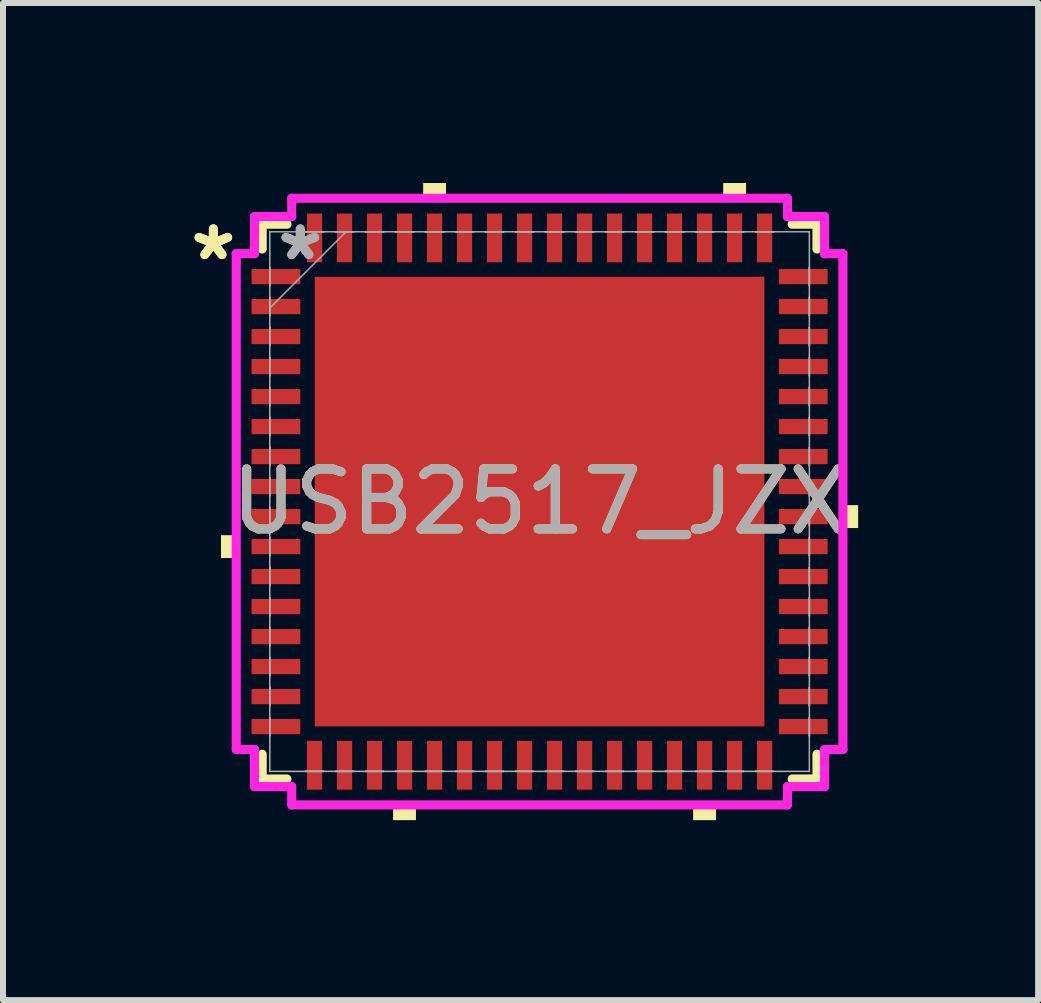
<source format=kicad_pcb>
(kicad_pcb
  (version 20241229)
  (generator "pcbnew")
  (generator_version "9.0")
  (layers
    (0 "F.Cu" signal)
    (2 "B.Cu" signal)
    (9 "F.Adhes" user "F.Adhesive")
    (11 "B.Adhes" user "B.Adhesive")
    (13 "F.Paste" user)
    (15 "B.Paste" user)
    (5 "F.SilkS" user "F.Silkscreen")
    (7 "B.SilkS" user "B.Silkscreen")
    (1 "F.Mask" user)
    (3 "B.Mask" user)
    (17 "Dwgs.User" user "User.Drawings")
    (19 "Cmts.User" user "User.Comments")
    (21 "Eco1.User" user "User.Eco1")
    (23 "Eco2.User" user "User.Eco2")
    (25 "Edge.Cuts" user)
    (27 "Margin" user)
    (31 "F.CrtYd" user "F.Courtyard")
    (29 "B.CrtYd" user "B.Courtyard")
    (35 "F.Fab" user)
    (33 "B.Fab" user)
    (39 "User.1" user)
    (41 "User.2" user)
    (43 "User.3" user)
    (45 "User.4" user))
  (footprint "USB2517_JZX"
    (layer "F.Cu")
    (at 5.942 5.309)
    (property "Reference" "USB2517_JZX" (at 0 0 0) (unlocked yes) (layer "F.SilkS") (effects (font (size 1 1) (thickness 0.15))))
    (attr smd)
    (fp_line (start -4.623 -4.623) (end -4.623 -4.21) (stroke (width 0.152) (type solid)) (layer "F.SilkS"))
    (fp_line (start -4.623 4.21) (end -4.623 4.623) (stroke (width 0.152) (type solid)) (layer "F.SilkS"))
    (fp_line (start -4.623 4.623) (end -4.21 4.623) (stroke (width 0.152) (type solid)) (layer "F.SilkS"))
    (fp_line (start -4.21 -4.623) (end -4.623 -4.623) (stroke (width 0.152) (type solid)) (layer "F.SilkS"))
    (fp_line (start 4.21 4.623) (end 4.623 4.623) (stroke (width 0.152) (type solid)) (layer "F.SilkS"))
    (fp_line (start 4.623 -4.623) (end 4.21 -4.623) (stroke (width 0.152) (type solid)) (layer "F.SilkS"))
    (fp_line (start 4.623 -4.21) (end 4.623 -4.623) (stroke (width 0.152) (type solid)) (layer "F.SilkS"))
    (fp_line (start 4.623 4.623) (end 4.623 4.21) (stroke (width 0.152) (type solid)) (layer "F.SilkS"))
    (fp_poly (pts (xy -5.309 0.56) (xy -5.309 0.941) (xy -5.055 0.941) (xy -5.055 0.56)) (stroke (width 0) (type solid)) (fill yes) (layer "F.SilkS"))
    (fp_poly (pts (xy -2.441 5.055) (xy -2.441 5.309) (xy -2.06 5.309) (xy -2.06 5.055)) (stroke (width 0) (type solid)) (fill yes) (layer "F.SilkS"))
    (fp_poly (pts (xy -1.94 -5.055) (xy -1.94 -5.309) (xy -1.559 -5.309) (xy -1.559 -5.055)) (stroke (width 0) (type solid)) (fill yes) (layer "F.SilkS"))
    (fp_poly (pts (xy 2.559 5.055) (xy 2.559 5.309) (xy 2.941 5.309) (xy 2.941 5.055)) (stroke (width 0) (type solid)) (fill yes) (layer "F.SilkS"))
    (fp_poly (pts (xy 3.06 -5.055) (xy 3.06 -5.309) (xy 3.441 -5.309) (xy 3.441 -5.055)) (stroke (width 0) (type solid)) (fill yes) (layer "F.SilkS"))
    (fp_poly (pts (xy 5.309 0.059) (xy 5.309 0.441) (xy 5.055 0.441) (xy 5.055 0.059)) (stroke (width 0) (type solid)) (fill yes) (layer "F.SilkS"))
    (fp_poly (pts (xy -3.647 -3.647) (xy -3.647 -2.348) (xy -2.348 -2.348) (xy -2.348 -3.647)) (stroke (width 0) (type solid)) (fill yes) (layer "F.Paste"))
    (fp_poly (pts (xy -3.647 -2.148) (xy -3.647 -0.849) (xy -2.348 -0.849) (xy -2.348 -2.148)) (stroke (width 0) (type solid)) (fill yes) (layer "F.Paste"))
    (fp_poly (pts (xy -3.647 -0.649) (xy -3.647 0.649) (xy -2.348 0.649) (xy -2.348 -0.649)) (stroke (width 0) (type solid)) (fill yes) (layer "F.Paste"))
    (fp_poly (pts (xy -3.647 0.849) (xy -3.647 2.148) (xy -2.348 2.148) (xy -2.348 0.849)) (stroke (width 0) (type solid)) (fill yes) (layer "F.Paste"))
    (fp_poly (pts (xy -3.647 2.348) (xy -3.647 3.647) (xy -2.348 3.647) (xy -2.348 2.348)) (stroke (width 0) (type solid)) (fill yes) (layer "F.Paste"))
    (fp_poly (pts (xy -2.148 -3.647) (xy -2.148 -2.348) (xy -0.849 -2.348) (xy -0.849 -3.647)) (stroke (width 0) (type solid)) (fill yes) (layer "F.Paste"))
    (fp_poly (pts (xy -2.148 -2.148) (xy -2.148 -0.849) (xy -0.849 -0.849) (xy -0.849 -2.148)) (stroke (width 0) (type solid)) (fill yes) (layer "F.Paste"))
    (fp_poly (pts (xy -2.148 -0.649) (xy -2.148 0.649) (xy -0.849 0.649) (xy -0.849 -0.649)) (stroke (width 0) (type solid)) (fill yes) (layer "F.Paste"))
    (fp_poly (pts (xy -2.148 0.849) (xy -2.148 2.148) (xy -0.849 2.148) (xy -0.849 0.849)) (stroke (width 0) (type solid)) (fill yes) (layer "F.Paste"))
    (fp_poly (pts (xy -2.148 2.348) (xy -2.148 3.647) (xy -0.849 3.647) (xy -0.849 2.348)) (stroke (width 0) (type solid)) (fill yes) (layer "F.Paste"))
    (fp_poly (pts (xy -0.649 -3.647) (xy -0.649 -2.348) (xy 0.649 -2.348) (xy 0.649 -3.647)) (stroke (width 0) (type solid)) (fill yes) (layer "F.Paste"))
    (fp_poly (pts (xy -0.649 -2.148) (xy -0.649 -0.849) (xy 0.649 -0.849) (xy 0.649 -2.148)) (stroke (width 0) (type solid)) (fill yes) (layer "F.Paste"))
    (fp_poly (pts (xy -0.649 -0.649) (xy -0.649 0.649) (xy 0.649 0.649) (xy 0.649 -0.649)) (stroke (width 0) (type solid)) (fill yes) (layer "F.Paste"))
    (fp_poly (pts (xy -0.649 0.849) (xy -0.649 2.148) (xy 0.649 2.148) (xy 0.649 0.849)) (stroke (width 0) (type solid)) (fill yes) (layer "F.Paste"))
    (fp_poly (pts (xy -0.649 2.348) (xy -0.649 3.647) (xy 0.649 3.647) (xy 0.649 2.348)) (stroke (width 0) (type solid)) (fill yes) (layer "F.Paste"))
    (fp_poly (pts (xy 0.849 -3.647) (xy 0.849 -2.348) (xy 2.148 -2.348) (xy 2.148 -3.647)) (stroke (width 0) (type solid)) (fill yes) (layer "F.Paste"))
    (fp_poly (pts (xy 0.849 -2.148) (xy 0.849 -0.849) (xy 2.148 -0.849) (xy 2.148 -2.148)) (stroke (width 0) (type solid)) (fill yes) (layer "F.Paste"))
    (fp_poly (pts (xy 0.849 -0.649) (xy 0.849 0.649) (xy 2.148 0.649) (xy 2.148 -0.649)) (stroke (width 0) (type solid)) (fill yes) (layer "F.Paste"))
    (fp_poly (pts (xy 0.849 0.849) (xy 0.849 2.148) (xy 2.148 2.148) (xy 2.148 0.849)) (stroke (width 0) (type solid)) (fill yes) (layer "F.Paste"))
    (fp_poly (pts (xy 0.849 2.348) (xy 0.849 3.647) (xy 2.148 3.647) (xy 2.148 2.348)) (stroke (width 0) (type solid)) (fill yes) (layer "F.Paste"))
    (fp_poly (pts (xy 2.348 -3.647) (xy 2.348 -2.348) (xy 3.647 -2.348) (xy 3.647 -3.647)) (stroke (width 0) (type solid)) (fill yes) (layer "F.Paste"))
    (fp_poly (pts (xy 2.348 -2.148) (xy 2.348 -0.849) (xy 3.647 -0.849) (xy 3.647 -2.148)) (stroke (width 0) (type solid)) (fill yes) (layer "F.Paste"))
    (fp_poly (pts (xy 2.348 -0.649) (xy 2.348 0.649) (xy 3.647 0.649) (xy 3.647 -0.649)) (stroke (width 0) (type solid)) (fill yes) (layer "F.Paste"))
    (fp_poly (pts (xy 2.348 0.849) (xy 2.348 2.148) (xy 3.647 2.148) (xy 3.647 0.849)) (stroke (width 0) (type solid)) (fill yes) (layer "F.Paste"))
    (fp_poly (pts (xy 2.348 2.348) (xy 2.348 3.647) (xy 3.647 3.647) (xy 3.647 2.348)) (stroke (width 0) (type solid)) (fill yes) (layer "F.Paste"))
    (fp_line (start -5.055 -4.131) (end -4.75 -4.131) (stroke (width 0.152) (type solid)) (layer "F.CrtYd"))
    (fp_line (start -5.055 4.131) (end -5.055 -4.131) (stroke (width 0.152) (type solid)) (layer "F.CrtYd"))
    (fp_line (start -4.75 -4.75) (end -4.131 -4.75) (stroke (width 0.152) (type solid)) (layer "F.CrtYd"))
    (fp_line (start -4.75 -4.131) (end -4.75 -4.75) (stroke (width 0.152) (type solid)) (layer "F.CrtYd"))
    (fp_line (start -4.75 4.131) (end -5.055 4.131) (stroke (width 0.152) (type solid)) (layer "F.CrtYd"))
    (fp_line (start -4.75 4.75) (end -4.75 4.131) (stroke (width 0.152) (type solid)) (layer "F.CrtYd"))
    (fp_line (start -4.131 -5.055) (end 4.131 -5.055) (stroke (width 0.152) (type solid)) (layer "F.CrtYd"))
    (fp_line (start -4.131 -4.75) (end -4.131 -5.055) (stroke (width 0.152) (type solid)) (layer "F.CrtYd"))
    (fp_line (start -4.131 4.75) (end -4.75 4.75) (stroke (width 0.152) (type solid)) (layer "F.CrtYd"))
    (fp_line (start -4.131 5.055) (end -4.131 4.75) (stroke (width 0.152) (type solid)) (layer "F.CrtYd"))
    (fp_line (start 4.131 -5.055) (end 4.131 -4.75) (stroke (width 0.152) (type solid)) (layer "F.CrtYd"))
    (fp_line (start 4.131 -4.75) (end 4.75 -4.75) (stroke (width 0.152) (type solid)) (layer "F.CrtYd"))
    (fp_line (start 4.131 4.75) (end 4.131 5.055) (stroke (width 0.152) (type solid)) (layer "F.CrtYd"))
    (fp_line (start 4.131 5.055) (end -4.131 5.055) (stroke (width 0.152) (type solid)) (layer "F.CrtYd"))
    (fp_line (start 4.75 -4.75) (end 4.75 -4.131) (stroke (width 0.152) (type solid)) (layer "F.CrtYd"))
    (fp_line (start 4.75 -4.131) (end 5.055 -4.131) (stroke (width 0.152) (type solid)) (layer "F.CrtYd"))
    (fp_line (start 4.75 4.131) (end 4.75 4.75) (stroke (width 0.152) (type solid)) (layer "F.CrtYd"))
    (fp_line (start 4.75 4.75) (end 4.131 4.75) (stroke (width 0.152) (type solid)) (layer "F.CrtYd"))
    (fp_line (start 5.055 -4.131) (end 5.055 4.131) (stroke (width 0.152) (type solid)) (layer "F.CrtYd"))
    (fp_line (start 5.055 4.131) (end 4.75 4.131) (stroke (width 0.152) (type solid)) (layer "F.CrtYd"))
    (fp_line (start -4.496 -4.496) (end -4.496 -4.496) (stroke (width 0.025) (type solid)) (layer "F.Fab"))
    (fp_line (start -4.496 -4.496) (end -4.496 4.496) (stroke (width 0.025) (type solid)) (layer "F.Fab"))
    (fp_line (start -4.496 -3.902) (end -4.496 -3.902) (stroke (width 0.025) (type solid)) (layer "F.Fab"))
    (fp_line (start -4.496 -3.902) (end -4.496 -3.598) (stroke (width 0.025) (type solid)) (layer "F.Fab"))
    (fp_line (start -4.496 -3.598) (end -4.496 -3.902) (stroke (width 0.025) (type solid)) (layer "F.Fab"))
    (fp_line (start -4.496 -3.598) (end -4.496 -3.598) (stroke (width 0.025) (type solid)) (layer "F.Fab"))
    (fp_line (start -4.496 -3.402) (end -4.496 -3.402) (stroke (width 0.025) (type solid)) (layer "F.Fab"))
    (fp_line (start -4.496 -3.402) (end -4.496 -3.098) (stroke (width 0.025) (type solid)) (layer "F.Fab"))
    (fp_line (start -4.496 -3.226) (end -3.226 -4.496) (stroke (width 0.025) (type solid)) (layer "F.Fab"))
    (fp_line (start -4.496 -3.098) (end -4.496 -3.402) (stroke (width 0.025) (type solid)) (layer "F.Fab"))
    (fp_line (start -4.496 -3.098) (end -4.496 -3.098) (stroke (width 0.025) (type solid)) (layer "F.Fab"))
    (fp_line (start -4.496 -2.902) (end -4.496 -2.902) (stroke (width 0.025) (type solid)) (layer "F.Fab"))
    (fp_line (start -4.496 -2.902) (end -4.496 -2.598) (stroke (width 0.025) (type solid)) (layer "F.Fab"))
    (fp_line (start -4.496 -2.598) (end -4.496 -2.902) (stroke (width 0.025) (type solid)) (layer "F.Fab"))
    (fp_line (start -4.496 -2.598) (end -4.496 -2.598) (stroke (width 0.025) (type solid)) (layer "F.Fab"))
    (fp_line (start -4.496 -2.402) (end -4.496 -2.402) (stroke (width 0.025) (type solid)) (layer "F.Fab"))
    (fp_line (start -4.496 -2.402) (end -4.496 -2.098) (stroke (width 0.025) (type solid)) (layer "F.Fab"))
    (fp_line (start -4.496 -2.098) (end -4.496 -2.402) (stroke (width 0.025) (type solid)) (layer "F.Fab"))
    (fp_line (start -4.496 -2.098) (end -4.496 -2.098) (stroke (width 0.025) (type solid)) (layer "F.Fab"))
    (fp_line (start -4.496 -1.902) (end -4.496 -1.902) (stroke (width 0.025) (type solid)) (layer "F.Fab"))
    (fp_line (start -4.496 -1.902) (end -4.496 -1.598) (stroke (width 0.025) (type solid)) (layer "F.Fab"))
    (fp_line (start -4.496 -1.598) (end -4.496 -1.902) (stroke (width 0.025) (type solid)) (layer "F.Fab"))
    (fp_line (start -4.496 -1.598) (end -4.496 -1.598) (stroke (width 0.025) (type solid)) (layer "F.Fab"))
    (fp_line (start -4.496 -1.402) (end -4.496 -1.402) (stroke (width 0.025) (type solid)) (layer "F.Fab"))
    (fp_line (start -4.496 -1.402) (end -4.496 -1.098) (stroke (width 0.025) (type solid)) (layer "F.Fab"))
    (fp_line (start -4.496 -1.098) (end -4.496 -1.402) (stroke (width 0.025) (type solid)) (layer "F.Fab"))
    (fp_line (start -4.496 -1.098) (end -4.496 -1.098) (stroke (width 0.025) (type solid)) (layer "F.Fab"))
    (fp_line (start -4.496 -0.902) (end -4.496 -0.902) (stroke (width 0.025) (type solid)) (layer "F.Fab"))
    (fp_line (start -4.496 -0.902) (end -4.496 -0.598) (stroke (width 0.025) (type solid)) (layer "F.Fab"))
    (fp_line (start -4.496 -0.598) (end -4.496 -0.902) (stroke (width 0.025) (type solid)) (layer "F.Fab"))
    (fp_line (start -4.496 -0.598) (end -4.496 -0.598) (stroke (width 0.025) (type solid)) (layer "F.Fab"))
    (fp_line (start -4.496 -0.402) (end -4.496 -0.402) (stroke (width 0.025) (type solid)) (layer "F.Fab"))
    (fp_line (start -4.496 -0.402) (end -4.496 -0.098) (stroke (width 0.025) (type solid)) (layer "F.Fab"))
    (fp_line (start -4.496 -0.098) (end -4.496 -0.402) (stroke (width 0.025) (type solid)) (layer "F.Fab"))
    (fp_line (start -4.496 -0.098) (end -4.496 -0.098) (stroke (width 0.025) (type solid)) (layer "F.Fab"))
    (fp_line (start -4.496 0.098) (end -4.496 0.098) (stroke (width 0.025) (type solid)) (layer "F.Fab"))
    (fp_line (start -4.496 0.098) (end -4.496 0.402) (stroke (width 0.025) (type solid)) (layer "F.Fab"))
    (fp_line (start -4.496 0.402) (end -4.496 0.098) (stroke (width 0.025) (type solid)) (layer "F.Fab"))
    (fp_line (start -4.496 0.402) (end -4.496 0.402) (stroke (width 0.025) (type solid)) (layer "F.Fab"))
    (fp_line (start -4.496 0.598) (end -4.496 0.598) (stroke (width 0.025) (type solid)) (layer "F.Fab"))
    (fp_line (start -4.496 0.598) (end -4.496 0.902) (stroke (width 0.025) (type solid)) (layer "F.Fab"))
    (fp_line (start -4.496 0.902) (end -4.496 0.598) (stroke (width 0.025) (type solid)) (layer "F.Fab"))
    (fp_line (start -4.496 0.902) (end -4.496 0.902) (stroke (width 0.025) (type solid)) (layer "F.Fab"))
    (fp_line (start -4.496 1.098) (end -4.496 1.098) (stroke (width 0.025) (type solid)) (layer "F.Fab"))
    (fp_line (start -4.496 1.098) (end -4.496 1.402) (stroke (width 0.025) (type solid)) (layer "F.Fab"))
    (fp_line (start -4.496 1.402) (end -4.496 1.098) (stroke (width 0.025) (type solid)) (layer "F.Fab"))
    (fp_line (start -4.496 1.402) (end -4.496 1.402) (stroke (width 0.025) (type solid)) (layer "F.Fab"))
    (fp_line (start -4.496 1.598) (end -4.496 1.598) (stroke (width 0.025) (type solid)) (layer "F.Fab"))
    (fp_line (start -4.496 1.598) (end -4.496 1.902) (stroke (width 0.025) (type solid)) (layer "F.Fab"))
    (fp_line (start -4.496 1.902) (end -4.496 1.598) (stroke (width 0.025) (type solid)) (layer "F.Fab"))
    (fp_line (start -4.496 1.902) (end -4.496 1.902) (stroke (width 0.025) (type solid)) (layer "F.Fab"))
    (fp_line (start -4.496 2.098) (end -4.496 2.098) (stroke (width 0.025) (type solid)) (layer "F.Fab"))
    (fp_line (start -4.496 2.098) (end -4.496 2.402) (stroke (width 0.025) (type solid)) (layer "F.Fab"))
    (fp_line (start -4.496 2.402) (end -4.496 2.098) (stroke (width 0.025) (type solid)) (layer "F.Fab"))
    (fp_line (start -4.496 2.402) (end -4.496 2.402) (stroke (width 0.025) (type solid)) (layer "F.Fab"))
    (fp_line (start -4.496 2.598) (end -4.496 2.598) (stroke (width 0.025) (type solid)) (layer "F.Fab"))
    (fp_line (start -4.496 2.598) (end -4.496 2.902) (stroke (width 0.025) (type solid)) (layer "F.Fab"))
    (fp_line (start -4.496 2.902) (end -4.496 2.598) (stroke (width 0.025) (type solid)) (layer "F.Fab"))
    (fp_line (start -4.496 2.902) (end -4.496 2.902) (stroke (width 0.025) (type solid)) (layer "F.Fab"))
    (fp_line (start -4.496 3.098) (end -4.496 3.098) (stroke (width 0.025) (type solid)) (layer "F.Fab"))
    (fp_line (start -4.496 3.098) (end -4.496 3.402) (stroke (width 0.025) (type solid)) (layer "F.Fab"))
    (fp_line (start -4.496 3.402) (end -4.496 3.098) (stroke (width 0.025) (type solid)) (layer "F.Fab"))
    (fp_line (start -4.496 3.402) (end -4.496 3.402) (stroke (width 0.025) (type solid)) (layer "F.Fab"))
    (fp_line (start -4.496 3.598) (end -4.496 3.598) (stroke (width 0.025) (type solid)) (layer "F.Fab"))
    (fp_line (start -4.496 3.598) (end -4.496 3.902) (stroke (width 0.025) (type solid)) (layer "F.Fab"))
    (fp_line (start -4.496 3.902) (end -4.496 3.598) (stroke (width 0.025) (type solid)) (layer "F.Fab"))
    (fp_line (start -4.496 3.902) (end -4.496 3.902) (stroke (width 0.025) (type solid)) (layer "F.Fab"))
    (fp_line (start -4.496 4.496) (end -4.496 4.496) (stroke (width 0.025) (type solid)) (layer "F.Fab"))
    (fp_line (start -4.496 4.496) (end 4.496 4.496) (stroke (width 0.025) (type solid)) (layer "F.Fab"))
    (fp_line (start -3.902 -4.496) (end -3.902 -4.496) (stroke (width 0.025) (type solid)) (layer "F.Fab"))
    (fp_line (start -3.902 -4.496) (end -3.598 -4.496) (stroke (width 0.025) (type solid)) (layer "F.Fab"))
    (fp_line (start -3.902 4.496) (end -3.902 4.496) (stroke (width 0.025) (type solid)) (layer "F.Fab"))
    (fp_line (start -3.902 4.496) (end -3.598 4.496) (stroke (width 0.025) (type solid)) (layer "F.Fab"))
    (fp_line (start -3.598 -4.496) (end -3.902 -4.496) (stroke (width 0.025) (type solid)) (layer "F.Fab"))
    (fp_line (start -3.598 -4.496) (end -3.598 -4.496) (stroke (width 0.025) (type solid)) (layer "F.Fab"))
    (fp_line (start -3.598 4.496) (end -3.902 4.496) (stroke (width 0.025) (type solid)) (layer "F.Fab"))
    (fp_line (start -3.598 4.496) (end -3.598 4.496) (stroke (width 0.025) (type solid)) (layer "F.Fab"))
    (fp_line (start -3.402 -4.496) (end -3.402 -4.496) (stroke (width 0.025) (type solid)) (layer "F.Fab"))
    (fp_line (start -3.402 -4.496) (end -3.098 -4.496) (stroke (width 0.025) (type solid)) (layer "F.Fab"))
    (fp_line (start -3.402 4.496) (end -3.402 4.496) (stroke (width 0.025) (type solid)) (layer "F.Fab"))
    (fp_line (start -3.402 4.496) (end -3.098 4.496) (stroke (width 0.025) (type solid)) (layer "F.Fab"))
    (fp_line (start -3.098 -4.496) (end -3.402 -4.496) (stroke (width 0.025) (type solid)) (layer "F.Fab"))
    (fp_line (start -3.098 -4.496) (end -3.098 -4.496) (stroke (width 0.025) (type solid)) (layer "F.Fab"))
    (fp_line (start -3.098 4.496) (end -3.402 4.496) (stroke (width 0.025) (type solid)) (layer "F.Fab"))
    (fp_line (start -3.098 4.496) (end -3.098 4.496) (stroke (width 0.025) (type solid)) (layer "F.Fab"))
    (fp_line (start -2.902 -4.496) (end -2.902 -4.496) (stroke (width 0.025) (type solid)) (layer "F.Fab"))
    (fp_line (start -2.902 -4.496) (end -2.598 -4.496) (stroke (width 0.025) (type solid)) (layer "F.Fab"))
    (fp_line (start -2.902 4.496) (end -2.902 4.496) (stroke (width 0.025) (type solid)) (layer "F.Fab"))
    (fp_line (start -2.902 4.496) (end -2.598 4.496) (stroke (width 0.025) (type solid)) (layer "F.Fab"))
    (fp_line (start -2.598 -4.496) (end -2.902 -4.496) (stroke (width 0.025) (type solid)) (layer "F.Fab"))
    (fp_line (start -2.598 -4.496) (end -2.598 -4.496) (stroke (width 0.025) (type solid)) (layer "F.Fab"))
    (fp_line (start -2.598 4.496) (end -2.902 4.496) (stroke (width 0.025) (type solid)) (layer "F.Fab"))
    (fp_line (start -2.598 4.496) (end -2.598 4.496) (stroke (width 0.025) (type solid)) (layer "F.Fab"))
    (fp_line (start -2.402 -4.496) (end -2.402 -4.496) (stroke (width 0.025) (type solid)) (layer "F.Fab"))
    (fp_line (start -2.402 -4.496) (end -2.098 -4.496) (stroke (width 0.025) (type solid)) (layer "F.Fab"))
    (fp_line (start -2.402 4.496) (end -2.402 4.496) (stroke (width 0.025) (type solid)) (layer "F.Fab"))
    (fp_line (start -2.402 4.496) (end -2.098 4.496) (stroke (width 0.025) (type solid)) (layer "F.Fab"))
    (fp_line (start -2.098 -4.496) (end -2.402 -4.496) (stroke (width 0.025) (type solid)) (layer "F.Fab"))
    (fp_line (start -2.098 -4.496) (end -2.098 -4.496) (stroke (width 0.025) (type solid)) (layer "F.Fab"))
    (fp_line (start -2.098 4.496) (end -2.402 4.496) (stroke (width 0.025) (type solid)) (layer "F.Fab"))
    (fp_line (start -2.098 4.496) (end -2.098 4.496) (stroke (width 0.025) (type solid)) (layer "F.Fab"))
    (fp_line (start -1.902 -4.496) (end -1.902 -4.496) (stroke (width 0.025) (type solid)) (layer "F.Fab"))
    (fp_line (start -1.902 -4.496) (end -1.598 -4.496) (stroke (width 0.025) (type solid)) (layer "F.Fab"))
    (fp_line (start -1.902 4.496) (end -1.902 4.496) (stroke (width 0.025) (type solid)) (layer "F.Fab"))
    (fp_line (start -1.902 4.496) (end -1.598 4.496) (stroke (width 0.025) (type solid)) (layer "F.Fab"))
    (fp_line (start -1.598 -4.496) (end -1.902 -4.496) (stroke (width 0.025) (type solid)) (layer "F.Fab"))
    (fp_line (start -1.598 -4.496) (end -1.598 -4.496) (stroke (width 0.025) (type solid)) (layer "F.Fab"))
    (fp_line (start -1.598 4.496) (end -1.902 4.496) (stroke (width 0.025) (type solid)) (layer "F.Fab"))
    (fp_line (start -1.598 4.496) (end -1.598 4.496) (stroke (width 0.025) (type solid)) (layer "F.Fab"))
    (fp_line (start -1.402 -4.496) (end -1.402 -4.496) (stroke (width 0.025) (type solid)) (layer "F.Fab"))
    (fp_line (start -1.402 -4.496) (end -1.098 -4.496) (stroke (width 0.025) (type solid)) (layer "F.Fab"))
    (fp_line (start -1.402 4.496) (end -1.402 4.496) (stroke (width 0.025) (type solid)) (layer "F.Fab"))
    (fp_line (start -1.402 4.496) (end -1.098 4.496) (stroke (width 0.025) (type solid)) (layer "F.Fab"))
    (fp_line (start -1.098 -4.496) (end -1.402 -4.496) (stroke (width 0.025) (type solid)) (layer "F.Fab"))
    (fp_line (start -1.098 -4.496) (end -1.098 -4.496) (stroke (width 0.025) (type solid)) (layer "F.Fab"))
    (fp_line (start -1.098 4.496) (end -1.402 4.496) (stroke (width 0.025) (type solid)) (layer "F.Fab"))
    (fp_line (start -1.098 4.496) (end -1.098 4.496) (stroke (width 0.025) (type solid)) (layer "F.Fab"))
    (fp_line (start -0.902 -4.496) (end -0.902 -4.496) (stroke (width 0.025) (type solid)) (layer "F.Fab"))
    (fp_line (start -0.902 -4.496) (end -0.598 -4.496) (stroke (width 0.025) (type solid)) (layer "F.Fab"))
    (fp_line (start -0.902 4.496) (end -0.902 4.496) (stroke (width 0.025) (type solid)) (layer "F.Fab"))
    (fp_line (start -0.902 4.496) (end -0.598 4.496) (stroke (width 0.025) (type solid)) (layer "F.Fab"))
    (fp_line (start -0.598 -4.496) (end -0.902 -4.496) (stroke (width 0.025) (type solid)) (layer "F.Fab"))
    (fp_line (start -0.598 -4.496) (end -0.598 -4.496) (stroke (width 0.025) (type solid)) (layer "F.Fab"))
    (fp_line (start -0.598 4.496) (end -0.902 4.496) (stroke (width 0.025) (type solid)) (layer "F.Fab"))
    (fp_line (start -0.598 4.496) (end -0.598 4.496) (stroke (width 0.025) (type solid)) (layer "F.Fab"))
    (fp_line (start -0.402 -4.496) (end -0.402 -4.496) (stroke (width 0.025) (type solid)) (layer "F.Fab"))
    (fp_line (start -0.402 -4.496) (end -0.098 -4.496) (stroke (width 0.025) (type solid)) (layer "F.Fab"))
    (fp_line (start -0.402 4.496) (end -0.402 4.496) (stroke (width 0.025) (type solid)) (layer "F.Fab"))
    (fp_line (start -0.402 4.496) (end -0.098 4.496) (stroke (width 0.025) (type solid)) (layer "F.Fab"))
    (fp_line (start -0.098 -4.496) (end -0.402 -4.496) (stroke (width 0.025) (type solid)) (layer "F.Fab"))
    (fp_line (start -0.098 -4.496) (end -0.098 -4.496) (stroke (width 0.025) (type solid)) (layer "F.Fab"))
    (fp_line (start -0.098 4.496) (end -0.402 4.496) (stroke (width 0.025) (type solid)) (layer "F.Fab"))
    (fp_line (start -0.098 4.496) (end -0.098 4.496) (stroke (width 0.025) (type solid)) (layer "F.Fab"))
    (fp_line (start 0.098 -4.496) (end 0.098 -4.496) (stroke (width 0.025) (type solid)) (layer "F.Fab"))
    (fp_line (start 0.098 -4.496) (end 0.402 -4.496) (stroke (width 0.025) (type solid)) (layer "F.Fab"))
    (fp_line (start 0.098 4.496) (end 0.098 4.496) (stroke (width 0.025) (type solid)) (layer "F.Fab"))
    (fp_line (start 0.098 4.496) (end 0.402 4.496) (stroke (width 0.025) (type solid)) (layer "F.Fab"))
    (fp_line (start 0.402 -4.496) (end 0.098 -4.496) (stroke (width 0.025) (type solid)) (layer "F.Fab"))
    (fp_line (start 0.402 -4.496) (end 0.402 -4.496) (stroke (width 0.025) (type solid)) (layer "F.Fab"))
    (fp_line (start 0.402 4.496) (end 0.098 4.496) (stroke (width 0.025) (type solid)) (layer "F.Fab"))
    (fp_line (start 0.402 4.496) (end 0.402 4.496) (stroke (width 0.025) (type solid)) (layer "F.Fab"))
    (fp_line (start 0.598 -4.496) (end 0.598 -4.496) (stroke (width 0.025) (type solid)) (layer "F.Fab"))
    (fp_line (start 0.598 -4.496) (end 0.902 -4.496) (stroke (width 0.025) (type solid)) (layer "F.Fab"))
    (fp_line (start 0.598 4.496) (end 0.598 4.496) (stroke (width 0.025) (type solid)) (layer "F.Fab"))
    (fp_line (start 0.598 4.496) (end 0.902 4.496) (stroke (width 0.025) (type solid)) (layer "F.Fab"))
    (fp_line (start 0.902 -4.496) (end 0.598 -4.496) (stroke (width 0.025) (type solid)) (layer "F.Fab"))
    (fp_line (start 0.902 -4.496) (end 0.902 -4.496) (stroke (width 0.025) (type solid)) (layer "F.Fab"))
    (fp_line (start 0.902 4.496) (end 0.598 4.496) (stroke (width 0.025) (type solid)) (layer "F.Fab"))
    (fp_line (start 0.902 4.496) (end 0.902 4.496) (stroke (width 0.025) (type solid)) (layer "F.Fab"))
    (fp_line (start 1.098 -4.496) (end 1.098 -4.496) (stroke (width 0.025) (type solid)) (layer "F.Fab"))
    (fp_line (start 1.098 -4.496) (end 1.402 -4.496) (stroke (width 0.025) (type solid)) (layer "F.Fab"))
    (fp_line (start 1.098 4.496) (end 1.098 4.496) (stroke (width 0.025) (type solid)) (layer "F.Fab"))
    (fp_line (start 1.098 4.496) (end 1.402 4.496) (stroke (width 0.025) (type solid)) (layer "F.Fab"))
    (fp_line (start 1.402 -4.496) (end 1.098 -4.496) (stroke (width 0.025) (type solid)) (layer "F.Fab"))
    (fp_line (start 1.402 -4.496) (end 1.402 -4.496) (stroke (width 0.025) (type solid)) (layer "F.Fab"))
    (fp_line (start 1.402 4.496) (end 1.098 4.496) (stroke (width 0.025) (type solid)) (layer "F.Fab"))
    (fp_line (start 1.402 4.496) (end 1.402 4.496) (stroke (width 0.025) (type solid)) (layer "F.Fab"))
    (fp_line (start 1.598 -4.496) (end 1.598 -4.496) (stroke (width 0.025) (type solid)) (layer "F.Fab"))
    (fp_line (start 1.598 -4.496) (end 1.902 -4.496) (stroke (width 0.025) (type solid)) (layer "F.Fab"))
    (fp_line (start 1.598 4.496) (end 1.598 4.496) (stroke (width 0.025) (type solid)) (layer "F.Fab"))
    (fp_line (start 1.598 4.496) (end 1.902 4.496) (stroke (width 0.025) (type solid)) (layer "F.Fab"))
    (fp_line (start 1.902 -4.496) (end 1.598 -4.496) (stroke (width 0.025) (type solid)) (layer "F.Fab"))
    (fp_line (start 1.902 -4.496) (end 1.902 -4.496) (stroke (width 0.025) (type solid)) (layer "F.Fab"))
    (fp_line (start 1.902 4.496) (end 1.598 4.496) (stroke (width 0.025) (type solid)) (layer "F.Fab"))
    (fp_line (start 1.902 4.496) (end 1.902 4.496) (stroke (width 0.025) (type solid)) (layer "F.Fab"))
    (fp_line (start 2.098 -4.496) (end 2.098 -4.496) (stroke (width 0.025) (type solid)) (layer "F.Fab"))
    (fp_line (start 2.098 -4.496) (end 2.402 -4.496) (stroke (width 0.025) (type solid)) (layer "F.Fab"))
    (fp_line (start 2.098 4.496) (end 2.098 4.496) (stroke (width 0.025) (type solid)) (layer "F.Fab"))
    (fp_line (start 2.098 4.496) (end 2.402 4.496) (stroke (width 0.025) (type solid)) (layer "F.Fab"))
    (fp_line (start 2.402 -4.496) (end 2.098 -4.496) (stroke (width 0.025) (type solid)) (layer "F.Fab"))
    (fp_line (start 2.402 -4.496) (end 2.402 -4.496) (stroke (width 0.025) (type solid)) (layer "F.Fab"))
    (fp_line (start 2.402 4.496) (end 2.098 4.496) (stroke (width 0.025) (type solid)) (layer "F.Fab"))
    (fp_line (start 2.402 4.496) (end 2.402 4.496) (stroke (width 0.025) (type solid)) (layer "F.Fab"))
    (fp_line (start 2.598 -4.496) (end 2.598 -4.496) (stroke (width 0.025) (type solid)) (layer "F.Fab"))
    (fp_line (start 2.598 -4.496) (end 2.902 -4.496) (stroke (width 0.025) (type solid)) (layer "F.Fab"))
    (fp_line (start 2.598 4.496) (end 2.598 4.496) (stroke (width 0.025) (type solid)) (layer "F.Fab"))
    (fp_line (start 2.598 4.496) (end 2.902 4.496) (stroke (width 0.025) (type solid)) (layer "F.Fab"))
    (fp_line (start 2.902 -4.496) (end 2.598 -4.496) (stroke (width 0.025) (type solid)) (layer "F.Fab"))
    (fp_line (start 2.902 -4.496) (end 2.902 -4.496) (stroke (width 0.025) (type solid)) (layer "F.Fab"))
    (fp_line (start 2.902 4.496) (end 2.598 4.496) (stroke (width 0.025) (type solid)) (layer "F.Fab"))
    (fp_line (start 2.902 4.496) (end 2.902 4.496) (stroke (width 0.025) (type solid)) (layer "F.Fab"))
    (fp_line (start 3.098 -4.496) (end 3.098 -4.496) (stroke (width 0.025) (type solid)) (layer "F.Fab"))
    (fp_line (start 3.098 -4.496) (end 3.402 -4.496) (stroke (width 0.025) (type solid)) (layer "F.Fab"))
    (fp_line (start 3.098 4.496) (end 3.098 4.496) (stroke (width 0.025) (type solid)) (layer "F.Fab"))
    (fp_line (start 3.098 4.496) (end 3.402 4.496) (stroke (width 0.025) (type solid)) (layer "F.Fab"))
    (fp_line (start 3.402 -4.496) (end 3.098 -4.496) (stroke (width 0.025) (type solid)) (layer "F.Fab"))
    (fp_line (start 3.402 -4.496) (end 3.402 -4.496) (stroke (width 0.025) (type solid)) (layer "F.Fab"))
    (fp_line (start 3.402 4.496) (end 3.098 4.496) (stroke (width 0.025) (type solid)) (layer "F.Fab"))
    (fp_line (start 3.402 4.496) (end 3.402 4.496) (stroke (width 0.025) (type solid)) (layer "F.Fab"))
    (fp_line (start 3.598 -4.496) (end 3.598 -4.496) (stroke (width 0.025) (type solid)) (layer "F.Fab"))
    (fp_line (start 3.598 -4.496) (end 3.902 -4.496) (stroke (width 0.025) (type solid)) (layer "F.Fab"))
    (fp_line (start 3.598 4.496) (end 3.598 4.496) (stroke (width 0.025) (type solid)) (layer "F.Fab"))
    (fp_line (start 3.598 4.496) (end 3.902 4.496) (stroke (width 0.025) (type solid)) (layer "F.Fab"))
    (fp_line (start 3.902 -4.496) (end 3.598 -4.496) (stroke (width 0.025) (type solid)) (layer "F.Fab"))
    (fp_line (start 3.902 -4.496) (end 3.902 -4.496) (stroke (width 0.025) (type solid)) (layer "F.Fab"))
    (fp_line (start 3.902 4.496) (end 3.598 4.496) (stroke (width 0.025) (type solid)) (layer "F.Fab"))
    (fp_line (start 3.902 4.496) (end 3.902 4.496) (stroke (width 0.025) (type solid)) (layer "F.Fab"))
    (fp_line (start 4.496 -4.496) (end -4.496 -4.496) (stroke (width 0.025) (type solid)) (layer "F.Fab"))
    (fp_line (start 4.496 -4.496) (end 4.496 -4.496) (stroke (width 0.025) (type solid)) (layer "F.Fab"))
    (fp_line (start 4.496 -3.902) (end 4.496 -3.902) (stroke (width 0.025) (type solid)) (layer "F.Fab"))
    (fp_line (start 4.496 -3.902) (end 4.496 -3.598) (stroke (width 0.025) (type solid)) (layer "F.Fab"))
    (fp_line (start 4.496 -3.598) (end 4.496 -3.902) (stroke (width 0.025) (type solid)) (layer "F.Fab"))
    (fp_line (start 4.496 -3.598) (end 4.496 -3.598) (stroke (width 0.025) (type solid)) (layer "F.Fab"))
    (fp_line (start 4.496 -3.402) (end 4.496 -3.402) (stroke (width 0.025) (type solid)) (layer "F.Fab"))
    (fp_line (start 4.496 -3.402) (end 4.496 -3.098) (stroke (width 0.025) (type solid)) (layer "F.Fab"))
    (fp_line (start 4.496 -3.098) (end 4.496 -3.402) (stroke (width 0.025) (type solid)) (layer "F.Fab"))
    (fp_line (start 4.496 -3.098) (end 4.496 -3.098) (stroke (width 0.025) (type solid)) (layer "F.Fab"))
    (fp_line (start 4.496 -2.902) (end 4.496 -2.902) (stroke (width 0.025) (type solid)) (layer "F.Fab"))
    (fp_line (start 4.496 -2.902) (end 4.496 -2.598) (stroke (width 0.025) (type solid)) (layer "F.Fab"))
    (fp_line (start 4.496 -2.598) (end 4.496 -2.902) (stroke (width 0.025) (type solid)) (layer "F.Fab"))
    (fp_line (start 4.496 -2.598) (end 4.496 -2.598) (stroke (width 0.025) (type solid)) (layer "F.Fab"))
    (fp_line (start 4.496 -2.402) (end 4.496 -2.402) (stroke (width 0.025) (type solid)) (layer "F.Fab"))
    (fp_line (start 4.496 -2.402) (end 4.496 -2.098) (stroke (width 0.025) (type solid)) (layer "F.Fab"))
    (fp_line (start 4.496 -2.098) (end 4.496 -2.402) (stroke (width 0.025) (type solid)) (layer "F.Fab"))
    (fp_line (start 4.496 -2.098) (end 4.496 -2.098) (stroke (width 0.025) (type solid)) (layer "F.Fab"))
    (fp_line (start 4.496 -1.902) (end 4.496 -1.902) (stroke (width 0.025) (type solid)) (layer "F.Fab"))
    (fp_line (start 4.496 -1.902) (end 4.496 -1.598) (stroke (width 0.025) (type solid)) (layer "F.Fab"))
    (fp_line (start 4.496 -1.598) (end 4.496 -1.902) (stroke (width 0.025) (type solid)) (layer "F.Fab"))
    (fp_line (start 4.496 -1.598) (end 4.496 -1.598) (stroke (width 0.025) (type solid)) (layer "F.Fab"))
    (fp_line (start 4.496 -1.402) (end 4.496 -1.402) (stroke (width 0.025) (type solid)) (layer "F.Fab"))
    (fp_line (start 4.496 -1.402) (end 4.496 -1.098) (stroke (width 0.025) (type solid)) (layer "F.Fab"))
    (fp_line (start 4.496 -1.098) (end 4.496 -1.402) (stroke (width 0.025) (type solid)) (layer "F.Fab"))
    (fp_line (start 4.496 -1.098) (end 4.496 -1.098) (stroke (width 0.025) (type solid)) (layer "F.Fab"))
    (fp_line (start 4.496 -0.902) (end 4.496 -0.902) (stroke (width 0.025) (type solid)) (layer "F.Fab"))
    (fp_line (start 4.496 -0.902) (end 4.496 -0.598) (stroke (width 0.025) (type solid)) (layer "F.Fab"))
    (fp_line (start 4.496 -0.598) (end 4.496 -0.902) (stroke (width 0.025) (type solid)) (layer "F.Fab"))
    (fp_line (start 4.496 -0.598) (end 4.496 -0.598) (stroke (width 0.025) (type solid)) (layer "F.Fab"))
    (fp_line (start 4.496 -0.402) (end 4.496 -0.402) (stroke (width 0.025) (type solid)) (layer "F.Fab"))
    (fp_line (start 4.496 -0.402) (end 4.496 -0.098) (stroke (width 0.025) (type solid)) (layer "F.Fab"))
    (fp_line (start 4.496 -0.098) (end 4.496 -0.402) (stroke (width 0.025) (type solid)) (layer "F.Fab"))
    (fp_line (start 4.496 -0.098) (end 4.496 -0.098) (stroke (width 0.025) (type solid)) (layer "F.Fab"))
    (fp_line (start 4.496 0.098) (end 4.496 0.098) (stroke (width 0.025) (type solid)) (layer "F.Fab"))
    (fp_line (start 4.496 0.098) (end 4.496 0.402) (stroke (width 0.025) (type solid)) (layer "F.Fab"))
    (fp_line (start 4.496 0.402) (end 4.496 0.098) (stroke (width 0.025) (type solid)) (layer "F.Fab"))
    (fp_line (start 4.496 0.402) (end 4.496 0.402) (stroke (width 0.025) (type solid)) (layer "F.Fab"))
    (fp_line (start 4.496 0.598) (end 4.496 0.598) (stroke (width 0.025) (type solid)) (layer "F.Fab"))
    (fp_line (start 4.496 0.598) (end 4.496 0.902) (stroke (width 0.025) (type solid)) (layer "F.Fab"))
    (fp_line (start 4.496 0.902) (end 4.496 0.598) (stroke (width 0.025) (type solid)) (layer "F.Fab"))
    (fp_line (start 4.496 0.902) (end 4.496 0.902) (stroke (width 0.025) (type solid)) (layer "F.Fab"))
    (fp_line (start 4.496 1.098) (end 4.496 1.098) (stroke (width 0.025) (type solid)) (layer "F.Fab"))
    (fp_line (start 4.496 1.098) (end 4.496 1.402) (stroke (width 0.025) (type solid)) (layer "F.Fab"))
    (fp_line (start 4.496 1.402) (end 4.496 1.098) (stroke (width 0.025) (type solid)) (layer "F.Fab"))
    (fp_line (start 4.496 1.402) (end 4.496 1.402) (stroke (width 0.025) (type solid)) (layer "F.Fab"))
    (fp_line (start 4.496 1.598) (end 4.496 1.598) (stroke (width 0.025) (type solid)) (layer "F.Fab"))
    (fp_line (start 4.496 1.598) (end 4.496 1.902) (stroke (width 0.025) (type solid)) (layer "F.Fab"))
    (fp_line (start 4.496 1.902) (end 4.496 1.598) (stroke (width 0.025) (type solid)) (layer "F.Fab"))
    (fp_line (start 4.496 1.902) (end 4.496 1.902) (stroke (width 0.025) (type solid)) (layer "F.Fab"))
    (fp_line (start 4.496 2.098) (end 4.496 2.098) (stroke (width 0.025) (type solid)) (layer "F.Fab"))
    (fp_line (start 4.496 2.098) (end 4.496 2.402) (stroke (width 0.025) (type solid)) (layer "F.Fab"))
    (fp_line (start 4.496 2.402) (end 4.496 2.098) (stroke (width 0.025) (type solid)) (layer "F.Fab"))
    (fp_line (start 4.496 2.402) (end 4.496 2.402) (stroke (width 0.025) (type solid)) (layer "F.Fab"))
    (fp_line (start 4.496 2.598) (end 4.496 2.598) (stroke (width 0.025) (type solid)) (layer "F.Fab"))
    (fp_line (start 4.496 2.598) (end 4.496 2.902) (stroke (width 0.025) (type solid)) (layer "F.Fab"))
    (fp_line (start 4.496 2.902) (end 4.496 2.598) (stroke (width 0.025) (type solid)) (layer "F.Fab"))
    (fp_line (start 4.496 2.902) (end 4.496 2.902) (stroke (width 0.025) (type solid)) (layer "F.Fab"))
    (fp_line (start 4.496 3.098) (end 4.496 3.098) (stroke (width 0.025) (type solid)) (layer "F.Fab"))
    (fp_line (start 4.496 3.098) (end 4.496 3.402) (stroke (width 0.025) (type solid)) (layer "F.Fab"))
    (fp_line (start 4.496 3.402) (end 4.496 3.098) (stroke (width 0.025) (type solid)) (layer "F.Fab"))
    (fp_line (start 4.496 3.402) (end 4.496 3.402) (stroke (width 0.025) (type solid)) (layer "F.Fab"))
    (fp_line (start 4.496 3.598) (end 4.496 3.598) (stroke (width 0.025) (type solid)) (layer "F.Fab"))
    (fp_line (start 4.496 3.598) (end 4.496 3.902) (stroke (width 0.025) (type solid)) (layer "F.Fab"))
    (fp_line (start 4.496 3.902) (end 4.496 3.598) (stroke (width 0.025) (type solid)) (layer "F.Fab"))
    (fp_line (start 4.496 3.902) (end 4.496 3.902) (stroke (width 0.025) (type solid)) (layer "F.Fab"))
    (fp_line (start 4.496 4.496) (end 4.496 -4.496) (stroke (width 0.025) (type solid)) (layer "F.Fab"))
    (fp_line (start 4.496 4.496) (end 4.496 4.496) (stroke (width 0.025) (type solid)) (layer "F.Fab"))
    (fp_text user "*" (at -5.436 -4 0) (unlocked yes) (layer "F.SilkS") (effects (font (size 1 1) (thickness 0.15))))
    (fp_text user "*" (at -5.436 -4 0) (layer "F.SilkS") (effects (font (size 1 1) (thickness 0.15))))
    (fp_text user "*" (at -3.988 -4 0) (layer "F.Fab") (effects (font (size 1 1) (thickness 0.15))))
    (fp_text user "*" (at -3.988 -4 0) (unlocked yes) (layer "F.Fab") (effects (font (size 1 1) (thickness 0.15))))
    (fp_text user "${REFERENCE}" (at 0 0 0) (unlocked yes) (layer "F.Fab") (effects (font (size 1 1) (thickness 0.15))))
    (pad "1" smd rect (at -4.394 -3.75 90) (size 0.254 0.813) (layers "F.Cu" "F.Mask" "F.Paste"))
    (pad "2" smd rect (at -4.394 -3.25 90) (size 0.254 0.813) (layers "F.Cu" "F.Mask" "F.Paste"))
    (pad "3" smd rect (at -4.394 -2.75 90) (size 0.254 0.813) (layers "F.Cu" "F.Mask" "F.Paste"))
    (pad "4" smd rect (at -4.394 -2.25 90) (size 0.254 0.813) (layers "F.Cu" "F.Mask" "F.Paste"))
    (pad "5" smd rect (at -4.394 -1.75 90) (size 0.254 0.813) (layers "F.Cu" "F.Mask" "F.Paste"))
    (pad "6" smd rect (at -4.394 -1.25 90) (size 0.254 0.813) (layers "F.Cu" "F.Mask" "F.Paste"))
    (pad "7" smd rect (at -4.394 -0.75 90) (size 0.254 0.813) (layers "F.Cu" "F.Mask" "F.Paste"))
    (pad "8" smd rect (at -4.394 -0.25 90) (size 0.254 0.813) (layers "F.Cu" "F.Mask" "F.Paste"))
    (pad "9" smd rect (at -4.394 0.25 90) (size 0.254 0.813) (layers "F.Cu" "F.Mask" "F.Paste"))
    (pad "10" smd rect (at -4.394 0.75 90) (size 0.254 0.813) (layers "F.Cu" "F.Mask" "F.Paste"))
    (pad "11" smd rect (at -4.394 1.25 90) (size 0.254 0.813) (layers "F.Cu" "F.Mask" "F.Paste"))
    (pad "12" smd rect (at -4.394 1.75 90) (size 0.254 0.813) (layers "F.Cu" "F.Mask" "F.Paste"))
    (pad "13" smd rect (at -4.394 2.25 90) (size 0.254 0.813) (layers "F.Cu" "F.Mask" "F.Paste"))
    (pad "14" smd rect (at -4.394 2.75 90) (size 0.254 0.813) (layers "F.Cu" "F.Mask" "F.Paste"))
    (pad "15" smd rect (at -4.394 3.25 90) (size 0.254 0.813) (layers "F.Cu" "F.Mask" "F.Paste"))
    (pad "16" smd rect (at -4.394 3.75 90) (size 0.254 0.813) (layers "F.Cu" "F.Mask" "F.Paste"))
    (pad "17" smd rect (at -3.75 4.394) (size 0.254 0.813) (layers "F.Cu" "F.Mask" "F.Paste"))
    (pad "18" smd rect (at -3.25 4.394) (size 0.254 0.813) (layers "F.Cu" "F.Mask" "F.Paste"))
    (pad "19" smd rect (at -2.75 4.394) (size 0.254 0.813) (layers "F.Cu" "F.Mask" "F.Paste"))
    (pad "20" smd rect (at -2.25 4.394) (size 0.254 0.813) (layers "F.Cu" "F.Mask" "F.Paste"))
    (pad "21" smd rect (at -1.75 4.394) (size 0.254 0.813) (layers "F.Cu" "F.Mask" "F.Paste"))
    (pad "22" smd rect (at -1.25 4.394) (size 0.254 0.813) (layers "F.Cu" "F.Mask" "F.Paste"))
    (pad "23" smd rect (at -0.75 4.394) (size 0.254 0.813) (layers "F.Cu" "F.Mask" "F.Paste"))
    (pad "24" smd rect (at -0.25 4.394) (size 0.254 0.813) (layers "F.Cu" "F.Mask" "F.Paste"))
    (pad "25" smd rect (at 0.25 4.394) (size 0.254 0.813) (layers "F.Cu" "F.Mask" "F.Paste"))
    (pad "26" smd rect (at 0.75 4.394) (size 0.254 0.813) (layers "F.Cu" "F.Mask" "F.Paste"))
    (pad "27" smd rect (at 1.25 4.394) (size 0.254 0.813) (layers "F.Cu" "F.Mask" "F.Paste"))
    (pad "28" smd rect (at 1.75 4.394) (size 0.254 0.813) (layers "F.Cu" "F.Mask" "F.Paste"))
    (pad "29" smd rect (at 2.25 4.394) (size 0.254 0.813) (layers "F.Cu" "F.Mask" "F.Paste"))
    (pad "30" smd rect (at 2.75 4.394) (size 0.254 0.813) (layers "F.Cu" "F.Mask" "F.Paste"))
    (pad "31" smd rect (at 3.25 4.394) (size 0.254 0.813) (layers "F.Cu" "F.Mask" "F.Paste"))
    (pad "32" smd rect (at 3.75 4.394) (size 0.254 0.813) (layers "F.Cu" "F.Mask" "F.Paste"))
    (pad "33" smd rect (at 4.394 3.75 90) (size 0.254 0.813) (layers "F.Cu" "F.Mask" "F.Paste"))
    (pad "34" smd rect (at 4.394 3.25 90) (size 0.254 0.813) (layers "F.Cu" "F.Mask" "F.Paste"))
    (pad "35" smd rect (at 4.394 2.75 90) (size 0.254 0.813) (layers "F.Cu" "F.Mask" "F.Paste"))
    (pad "36" smd rect (at 4.394 2.25 90) (size 0.254 0.813) (layers "F.Cu" "F.Mask" "F.Paste"))
    (pad "37" smd rect (at 4.394 1.75 90) (size 0.254 0.813) (layers "F.Cu" "F.Mask" "F.Paste"))
    (pad "38" smd rect (at 4.394 1.25 90) (size 0.254 0.813) (layers "F.Cu" "F.Mask" "F.Paste"))
    (pad "39" smd rect (at 4.394 0.75 90) (size 0.254 0.813) (layers "F.Cu" "F.Mask" "F.Paste"))
    (pad "40" smd rect (at 4.394 0.25 90) (size 0.254 0.813) (layers "F.Cu" "F.Mask" "F.Paste"))
    (pad "41" smd rect (at 4.394 -0.25 90) (size 0.254 0.813) (layers "F.Cu" "F.Mask" "F.Paste"))
    (pad "42" smd rect (at 4.394 -0.75 90) (size 0.254 0.813) (layers "F.Cu" "F.Mask" "F.Paste"))
    (pad "43" smd rect (at 4.394 -1.25 90) (size 0.254 0.813) (layers "F.Cu" "F.Mask" "F.Paste"))
    (pad "44" smd rect (at 4.394 -1.75 90) (size 0.254 0.813) (layers "F.Cu" "F.Mask" "F.Paste"))
    (pad "45" smd rect (at 4.394 -2.25 90) (size 0.254 0.813) (layers "F.Cu" "F.Mask" "F.Paste"))
    (pad "46" smd rect (at 4.394 -2.75 90) (size 0.254 0.813) (layers "F.Cu" "F.Mask" "F.Paste"))
    (pad "47" smd rect (at 4.394 -3.25 90) (size 0.254 0.813) (layers "F.Cu" "F.Mask" "F.Paste"))
    (pad "48" smd rect (at 4.394 -3.75 90) (size 0.254 0.813) (layers "F.Cu" "F.Mask" "F.Paste"))
    (pad "49" smd rect (at 3.75 -4.394) (size 0.254 0.813) (layers "F.Cu" "F.Mask" "F.Paste"))
    (pad "50" smd rect (at 3.25 -4.394) (size 0.254 0.813) (layers "F.Cu" "F.Mask" "F.Paste"))
    (pad "51" smd rect (at 2.75 -4.394) (size 0.254 0.813) (layers "F.Cu" "F.Mask" "F.Paste"))
    (pad "52" smd rect (at 2.25 -4.394) (size 0.254 0.813) (layers "F.Cu" "F.Mask" "F.Paste"))
    (pad "53" smd rect (at 1.75 -4.394) (size 0.254 0.813) (layers "F.Cu" "F.Mask" "F.Paste"))
    (pad "54" smd rect (at 1.25 -4.394) (size 0.254 0.813) (layers "F.Cu" "F.Mask" "F.Paste"))
    (pad "55" smd rect (at 0.75 -4.394) (size 0.254 0.813) (layers "F.Cu" "F.Mask" "F.Paste"))
    (pad "56" smd rect (at 0.25 -4.394) (size 0.254 0.813) (layers "F.Cu" "F.Mask" "F.Paste"))
    (pad "57" smd rect (at -0.25 -4.394) (size 0.254 0.813) (layers "F.Cu" "F.Mask" "F.Paste"))
    (pad "58" smd rect (at -0.75 -4.394) (size 0.254 0.813) (layers "F.Cu" "F.Mask" "F.Paste"))
    (pad "59" smd rect (at -1.25 -4.394) (size 0.254 0.813) (layers "F.Cu" "F.Mask" "F.Paste"))
    (pad "60" smd rect (at -1.75 -4.394) (size 0.254 0.813) (layers "F.Cu" "F.Mask" "F.Paste"))
    (pad "61" smd rect (at -2.25 -4.394) (size 0.254 0.813) (layers "F.Cu" "F.Mask" "F.Paste"))
    (pad "62" smd rect (at -2.75 -4.394) (size 0.254 0.813) (layers "F.Cu" "F.Mask" "F.Paste"))
    (pad "63" smd rect (at -3.25 -4.394) (size 0.254 0.813) (layers "F.Cu" "F.Mask" "F.Paste"))
    (pad "64" smd rect (at -3.75 -4.394) (size 0.254 0.813) (layers "F.Cu" "F.Mask" "F.Paste"))
    (pad "65" smd rect (at 0 0) (size 7.493 7.493) (layers "F.Cu" "F.Mask")))
  (gr_rect
    (start -3 -3)
    (end 14.25 13.617)
    (stroke (width 0.1) (type default))
    (fill no)
    (layer "Edge.Cuts")))
</source>
